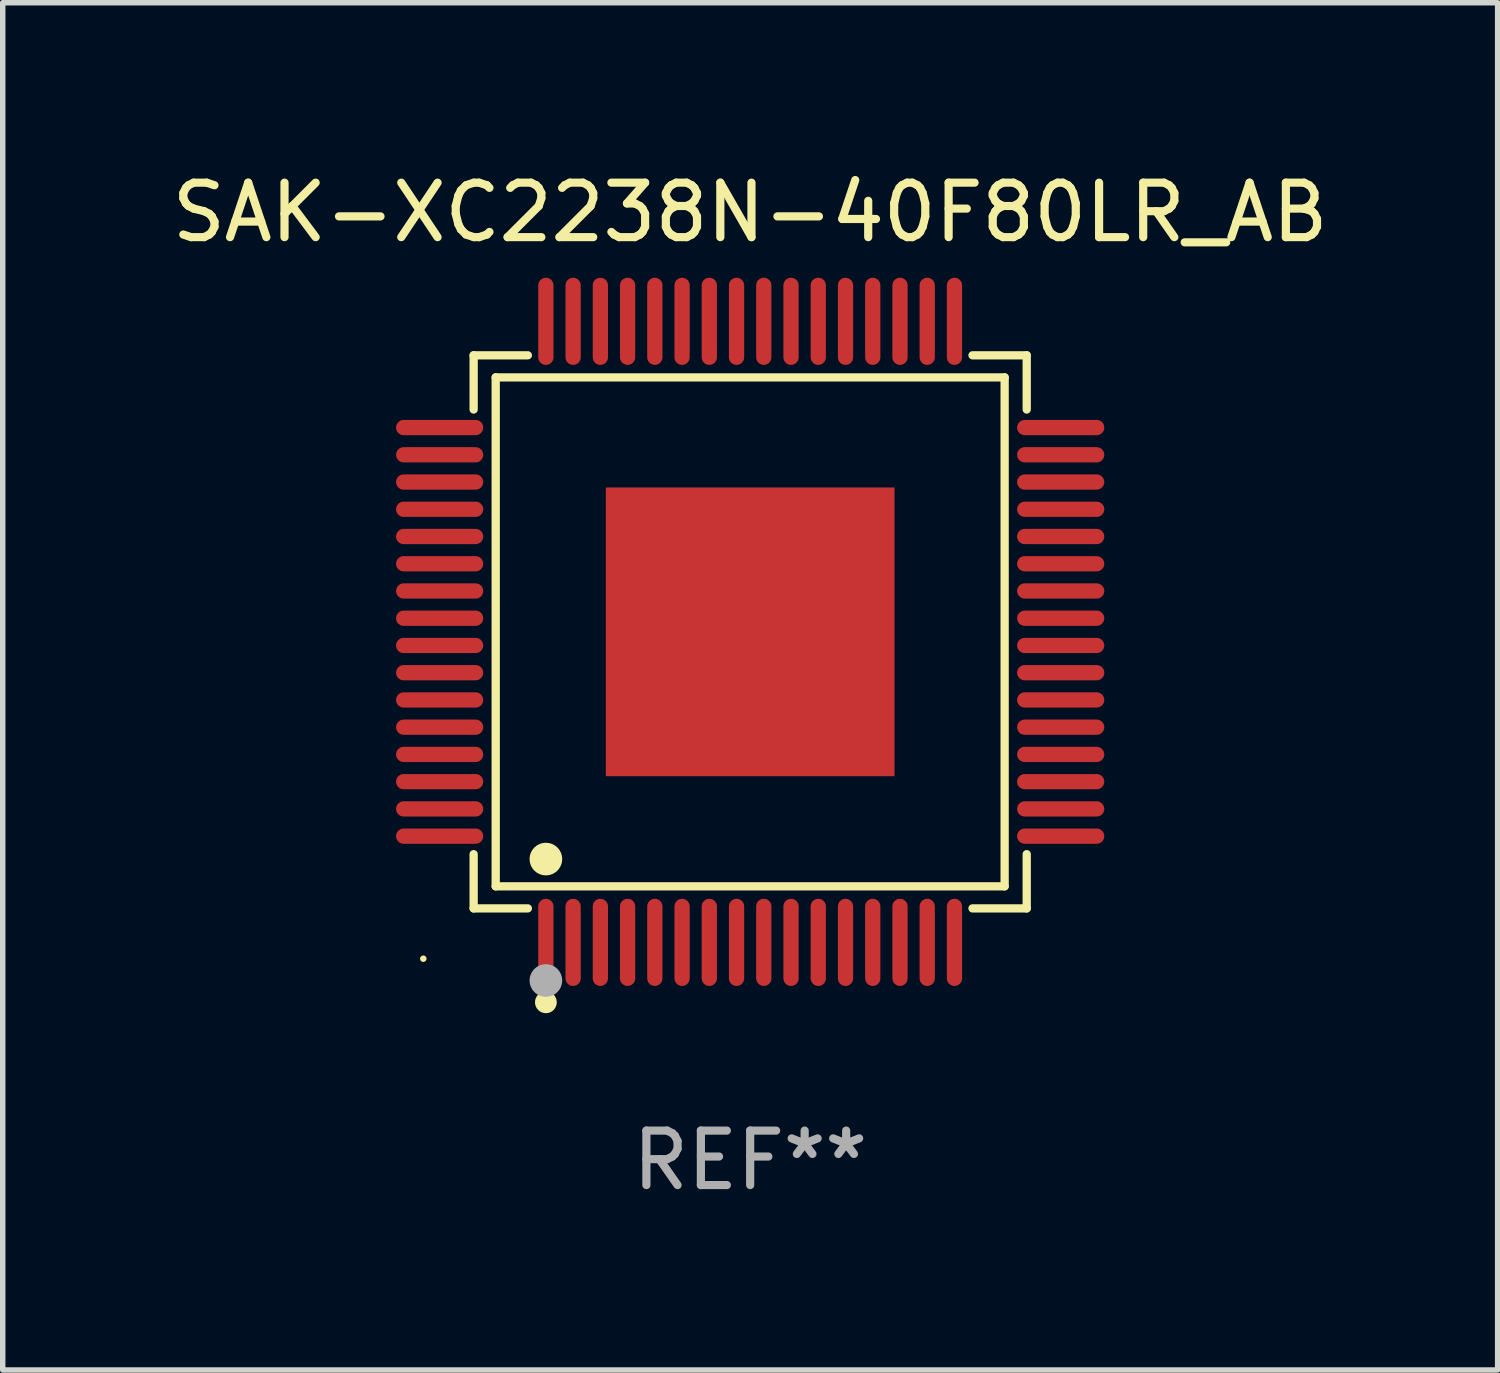
<source format=kicad_pcb>
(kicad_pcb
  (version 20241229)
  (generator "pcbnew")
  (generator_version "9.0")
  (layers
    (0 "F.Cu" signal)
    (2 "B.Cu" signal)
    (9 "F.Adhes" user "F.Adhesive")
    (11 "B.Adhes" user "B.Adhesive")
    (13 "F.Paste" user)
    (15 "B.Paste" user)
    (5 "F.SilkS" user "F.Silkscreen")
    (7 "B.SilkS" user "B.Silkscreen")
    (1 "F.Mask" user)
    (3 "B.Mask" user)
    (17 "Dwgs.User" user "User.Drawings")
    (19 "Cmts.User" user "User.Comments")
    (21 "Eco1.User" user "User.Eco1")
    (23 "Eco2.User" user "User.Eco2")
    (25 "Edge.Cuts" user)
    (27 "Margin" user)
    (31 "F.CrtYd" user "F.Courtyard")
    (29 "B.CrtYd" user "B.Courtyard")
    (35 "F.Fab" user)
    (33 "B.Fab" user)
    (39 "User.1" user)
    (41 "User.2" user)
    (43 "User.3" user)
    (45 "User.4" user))
  (footprint "SAK-XC2238N-40F80LR_AB"
    (layer "F.Cu")
    (at 10.72 8.548)
    (property "Reference" "SAK-XC2238N-40F80LR_AB" (at 0 -7.7 0) (layer "F.SilkS") (effects (font (size 1 1) (thickness 0.15))))
    (attr through_hole)
    (fp_line (start -5.076 -5.076) (end -4.081 -5.076) (stroke (width 0.152) (type solid)) (layer "F.SilkS"))
    (fp_line (start -5.076 -4.081) (end -5.076 -5.076) (stroke (width 0.152) (type solid)) (layer "F.SilkS"))
    (fp_line (start -5.076 4.081) (end -5.076 5.076) (stroke (width 0.152) (type solid)) (layer "F.SilkS"))
    (fp_line (start -5.076 5.076) (end -4.081 5.076) (stroke (width 0.152) (type solid)) (layer "F.SilkS"))
    (fp_line (start -4.671 -4.671) (end 4.671 -4.671) (stroke (width 0.152) (type solid)) (layer "F.SilkS"))
    (fp_line (start -4.671 4.671) (end -4.671 -4.671) (stroke (width 0.152) (type solid)) (layer "F.SilkS"))
    (fp_line (start 4.671 -4.671) (end 4.671 4.671) (stroke (width 0.152) (type solid)) (layer "F.SilkS"))
    (fp_line (start 4.671 4.671) (end -4.671 4.671) (stroke (width 0.152) (type solid)) (layer "F.SilkS"))
    (fp_line (start 5.076 -5.076) (end 4.081 -5.076) (stroke (width 0.152) (type solid)) (layer "F.SilkS"))
    (fp_line (start 5.076 -4.081) (end 5.076 -5.076) (stroke (width 0.152) (type solid)) (layer "F.SilkS"))
    (fp_line (start 5.076 4.081) (end 5.076 5.076) (stroke (width 0.152) (type solid)) (layer "F.SilkS"))
    (fp_line (start 5.076 5.076) (end 4.081 5.076) (stroke (width 0.152) (type solid)) (layer "F.SilkS"))
    (fp_circle (center -6 6) (end -5.97 6) (stroke (width 0.06) (type solid)) (fill no) (layer "F.SilkS"))
    (fp_circle (center -3.75 4.171) (end -3.6 4.171) (stroke (width 0.3) (type solid)) (fill no) (layer "F.SilkS"))
    (fp_circle (center -3.75 6.8) (end -3.65 6.8) (stroke (width 0.2) (type solid)) (fill no) (layer "F.SilkS"))
    (fp_circle (center -3.75 6.4) (end -3.6 6.4) (stroke (width 0.3) (type solid)) (fill no) (layer "F.Fab"))
    (fp_text user "REF**" (at 0 9.7 0) (layer "F.Fab") (effects (font (size 1 1) (thickness 0.15))))
    (pad "1" smd oval (at -3.75 5.7) (size 0.28 1.6) (layers "F.Cu" "F.Mask" "F.Paste"))
    (pad "2" smd oval (at -3.25 5.7) (size 0.28 1.6) (layers "F.Cu" "F.Mask" "F.Paste"))
    (pad "3" smd oval (at -2.75 5.7) (size 0.28 1.6) (layers "F.Cu" "F.Mask" "F.Paste"))
    (pad "4" smd oval (at -2.25 5.7) (size 0.28 1.6) (layers "F.Cu" "F.Mask" "F.Paste"))
    (pad "5" smd oval (at -1.75 5.7) (size 0.28 1.6) (layers "F.Cu" "F.Mask" "F.Paste"))
    (pad "6" smd oval (at -1.25 5.7) (size 0.28 1.6) (layers "F.Cu" "F.Mask" "F.Paste"))
    (pad "7" smd oval (at -0.75 5.7) (size 0.28 1.6) (layers "F.Cu" "F.Mask" "F.Paste"))
    (pad "8" smd oval (at -0.25 5.7) (size 0.28 1.6) (layers "F.Cu" "F.Mask" "F.Paste"))
    (pad "9" smd oval (at 0.25 5.7) (size 0.28 1.6) (layers "F.Cu" "F.Mask" "F.Paste"))
    (pad "10" smd oval (at 0.75 5.7) (size 0.28 1.6) (layers "F.Cu" "F.Mask" "F.Paste"))
    (pad "11" smd oval (at 1.25 5.7) (size 0.28 1.6) (layers "F.Cu" "F.Mask" "F.Paste"))
    (pad "12" smd oval (at 1.75 5.7) (size 0.28 1.6) (layers "F.Cu" "F.Mask" "F.Paste"))
    (pad "13" smd oval (at 2.25 5.7) (size 0.28 1.6) (layers "F.Cu" "F.Mask" "F.Paste"))
    (pad "14" smd oval (at 2.75 5.7) (size 0.28 1.6) (layers "F.Cu" "F.Mask" "F.Paste"))
    (pad "15" smd oval (at 3.25 5.7) (size 0.28 1.6) (layers "F.Cu" "F.Mask" "F.Paste"))
    (pad "16" smd oval (at 3.75 5.7) (size 0.28 1.6) (layers "F.Cu" "F.Mask" "F.Paste"))
    (pad "17" smd oval (at 5.7 3.75) (size 1.6 0.28) (layers "F.Cu" "F.Mask" "F.Paste"))
    (pad "18" smd oval (at 5.7 3.25) (size 1.6 0.28) (layers "F.Cu" "F.Mask" "F.Paste"))
    (pad "19" smd oval (at 5.7 2.75) (size 1.6 0.28) (layers "F.Cu" "F.Mask" "F.Paste"))
    (pad "20" smd oval (at 5.7 2.25) (size 1.6 0.28) (layers "F.Cu" "F.Mask" "F.Paste"))
    (pad "21" smd oval (at 5.7 1.75) (size 1.6 0.28) (layers "F.Cu" "F.Mask" "F.Paste"))
    (pad "22" smd oval (at 5.7 1.25) (size 1.6 0.28) (layers "F.Cu" "F.Mask" "F.Paste"))
    (pad "23" smd oval (at 5.7 0.75) (size 1.6 0.28) (layers "F.Cu" "F.Mask" "F.Paste"))
    (pad "24" smd oval (at 5.7 0.25) (size 1.6 0.28) (layers "F.Cu" "F.Mask" "F.Paste"))
    (pad "25" smd oval (at 5.7 -0.25) (size 1.6 0.28) (layers "F.Cu" "F.Mask" "F.Paste"))
    (pad "26" smd oval (at 5.7 -0.75) (size 1.6 0.28) (layers "F.Cu" "F.Mask" "F.Paste"))
    (pad "27" smd oval (at 5.7 -1.25) (size 1.6 0.28) (layers "F.Cu" "F.Mask" "F.Paste"))
    (pad "28" smd oval (at 5.7 -1.75) (size 1.6 0.28) (layers "F.Cu" "F.Mask" "F.Paste"))
    (pad "29" smd oval (at 5.7 -2.25) (size 1.6 0.28) (layers "F.Cu" "F.Mask" "F.Paste"))
    (pad "30" smd oval (at 5.7 -2.75) (size 1.6 0.28) (layers "F.Cu" "F.Mask" "F.Paste"))
    (pad "31" smd oval (at 5.7 -3.25) (size 1.6 0.28) (layers "F.Cu" "F.Mask" "F.Paste"))
    (pad "32" smd oval (at 5.7 -3.75) (size 1.6 0.28) (layers "F.Cu" "F.Mask" "F.Paste"))
    (pad "33" smd oval (at 3.75 -5.7) (size 0.28 1.6) (layers "F.Cu" "F.Mask" "F.Paste"))
    (pad "34" smd oval (at 3.25 -5.7) (size 0.28 1.6) (layers "F.Cu" "F.Mask" "F.Paste"))
    (pad "35" smd oval (at 2.75 -5.7) (size 0.28 1.6) (layers "F.Cu" "F.Mask" "F.Paste"))
    (pad "36" smd oval (at 2.25 -5.7) (size 0.28 1.6) (layers "F.Cu" "F.Mask" "F.Paste"))
    (pad "37" smd oval (at 1.75 -5.7) (size 0.28 1.6) (layers "F.Cu" "F.Mask" "F.Paste"))
    (pad "38" smd oval (at 1.25 -5.7) (size 0.28 1.6) (layers "F.Cu" "F.Mask" "F.Paste"))
    (pad "39" smd oval (at 0.75 -5.7) (size 0.28 1.6) (layers "F.Cu" "F.Mask" "F.Paste"))
    (pad "40" smd oval (at 0.25 -5.7) (size 0.28 1.6) (layers "F.Cu" "F.Mask" "F.Paste"))
    (pad "41" smd oval (at -0.25 -5.7) (size 0.28 1.6) (layers "F.Cu" "F.Mask" "F.Paste"))
    (pad "42" smd oval (at -0.75 -5.7) (size 0.28 1.6) (layers "F.Cu" "F.Mask" "F.Paste"))
    (pad "43" smd oval (at -1.25 -5.7) (size 0.28 1.6) (layers "F.Cu" "F.Mask" "F.Paste"))
    (pad "44" smd oval (at -1.75 -5.7) (size 0.28 1.6) (layers "F.Cu" "F.Mask" "F.Paste"))
    (pad "45" smd oval (at -2.25 -5.7) (size 0.28 1.6) (layers "F.Cu" "F.Mask" "F.Paste"))
    (pad "46" smd oval (at -2.75 -5.7) (size 0.28 1.6) (layers "F.Cu" "F.Mask" "F.Paste"))
    (pad "47" smd oval (at -3.25 -5.7) (size 0.28 1.6) (layers "F.Cu" "F.Mask" "F.Paste"))
    (pad "48" smd oval (at -3.75 -5.7) (size 0.28 1.6) (layers "F.Cu" "F.Mask" "F.Paste"))
    (pad "49" smd oval (at -5.7 -3.75) (size 1.6 0.28) (layers "F.Cu" "F.Mask" "F.Paste"))
    (pad "50" smd oval (at -5.7 -3.25) (size 1.6 0.28) (layers "F.Cu" "F.Mask" "F.Paste"))
    (pad "51" smd oval (at -5.7 -2.75) (size 1.6 0.28) (layers "F.Cu" "F.Mask" "F.Paste"))
    (pad "52" smd oval (at -5.7 -2.25) (size 1.6 0.28) (layers "F.Cu" "F.Mask" "F.Paste"))
    (pad "53" smd oval (at -5.7 -1.75) (size 1.6 0.28) (layers "F.Cu" "F.Mask" "F.Paste"))
    (pad "54" smd oval (at -5.7 -1.25) (size 1.6 0.28) (layers "F.Cu" "F.Mask" "F.Paste"))
    (pad "55" smd oval (at -5.7 -0.75) (size 1.6 0.28) (layers "F.Cu" "F.Mask" "F.Paste"))
    (pad "56" smd oval (at -5.7 -0.25) (size 1.6 0.28) (layers "F.Cu" "F.Mask" "F.Paste"))
    (pad "57" smd oval (at -5.7 0.25) (size 1.6 0.28) (layers "F.Cu" "F.Mask" "F.Paste"))
    (pad "58" smd oval (at -5.7 0.75) (size 1.6 0.28) (layers "F.Cu" "F.Mask" "F.Paste"))
    (pad "59" smd oval (at -5.7 1.25) (size 1.6 0.28) (layers "F.Cu" "F.Mask" "F.Paste"))
    (pad "60" smd oval (at -5.7 1.75) (size 1.6 0.28) (layers "F.Cu" "F.Mask" "F.Paste"))
    (pad "61" smd oval (at -5.7 2.25) (size 1.6 0.28) (layers "F.Cu" "F.Mask" "F.Paste"))
    (pad "62" smd oval (at -5.7 2.75) (size 1.6 0.28) (layers "F.Cu" "F.Mask" "F.Paste"))
    (pad "63" smd oval (at -5.7 3.25) (size 1.6 0.28) (layers "F.Cu" "F.Mask" "F.Paste"))
    (pad "64" smd oval (at -5.7 3.75) (size 1.6 0.28) (layers "F.Cu" "F.Mask" "F.Paste"))
    (pad "65" smd rect (at 0 0) (size 5.3 5.3) (layers "F.Cu" "F.Mask" "F.Paste")))
  (gr_rect
    (start -3 -3)
    (end 24.44 22.097)
    (stroke (width 0.1) (type default))
    (fill no)
    (layer "Edge.Cuts")))
</source>
